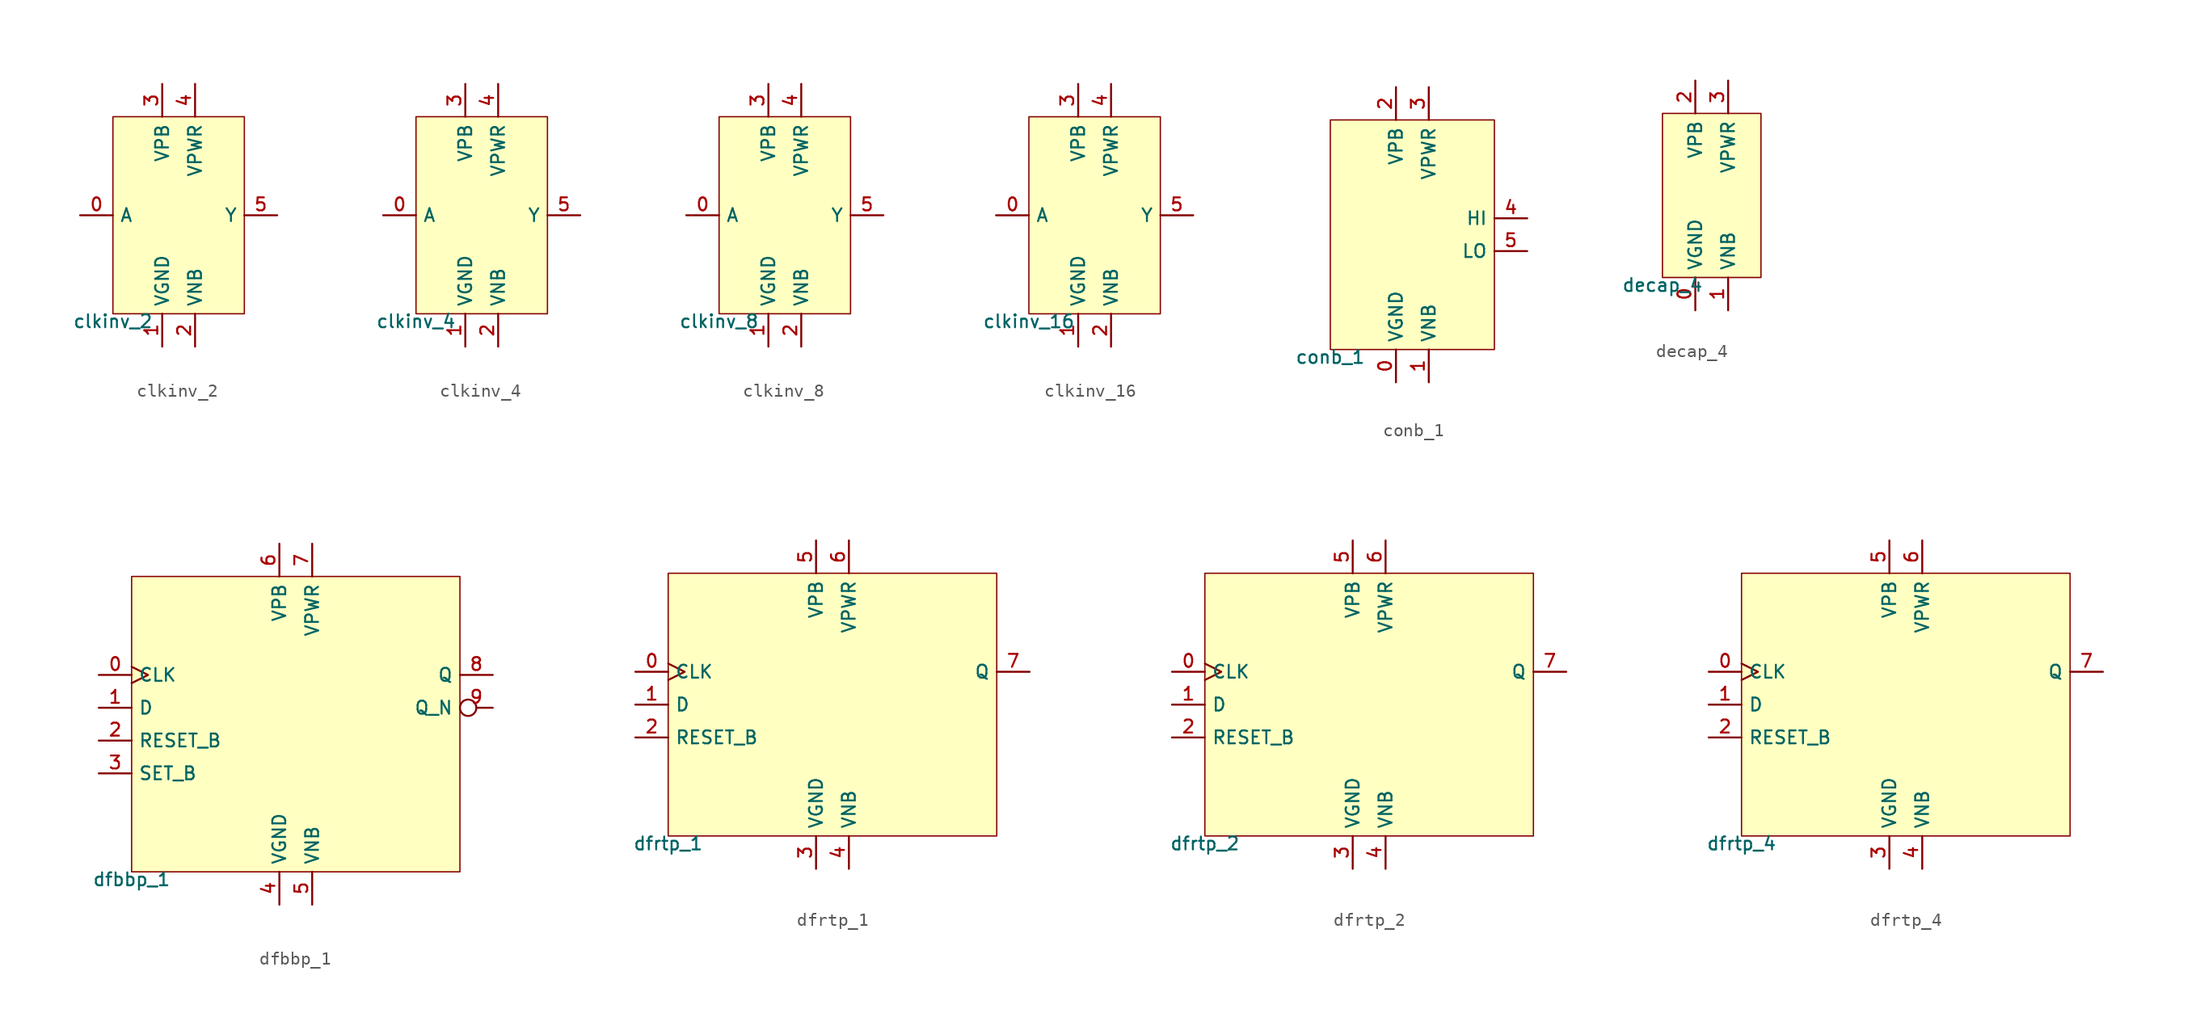
<source format=kicad_sym>
(kicad_symbol_lib
  (version 20211014)
  (generator lef2kicad_sym)
  (symbol "clkinv_2"
    (property "Reference" "CELL"
      (at 0 0 0)
      (effects (font (size 1 1)) hide))
    (property "Value" "clkinv_2"
      (at -5.08 -7.62 0)
      (effects (font (size 1 1)) (justify top)))
    (rectangle
      (start -5.08 -7.62)
      (end 5.08 7.62)
      (stroke (width 0.1) (type solid) (color 0 0 0 0))
      (fill (type background)))
    (pin input line
      (at -7.62 0.0 0)
      (length 2.54)
      (name "A" (effects (font (size 1 1)) hide))
      (number "0" (effects (font (size 1 1)) hide)))
    (pin power_in line
      (at -1.27 -10.16 90)
      (length 2.54)
      (name "VGND" (effects (font (size 1 1)) hide))
      (number "1" (effects (font (size 1 1)) hide)))
    (pin power_in line
      (at 1.27 -10.16 90)
      (length 2.54)
      (name "VNB" (effects (font (size 1 1)) hide))
      (number "2" (effects (font (size 1 1)) hide)))
    (pin power_in line
      (at -1.27 10.16 270)
      (length 2.54)
      (name "VPB" (effects (font (size 1 1)) hide))
      (number "3" (effects (font (size 1 1)) hide)))
    (pin power_in line
      (at 1.27 10.16 270)
      (length 2.54)
      (name "VPWR" (effects (font (size 1 1)) hide))
      (number "4" (effects (font (size 1 1)) hide)))
    (pin output line
      (at 7.62 0.0 180)
      (length 2.54)
      (name "Y" (effects (font (size 1 1)) hide))
      (number "5" (effects (font (size 1 1)) hide))))
  (symbol "clkinv_4"
    (property "Reference" "CELL"
      (at 0 0 0)
      (effects (font (size 1 1)) hide))
    (property "Value" "clkinv_4"
      (at -5.08 -7.62 0)
      (effects (font (size 1 1)) (justify top)))
    (rectangle
      (start -5.08 -7.62)
      (end 5.08 7.62)
      (stroke (width 0.1) (type solid) (color 0 0 0 0))
      (fill (type background)))
    (pin input line
      (at -7.62 0.0 0)
      (length 2.54)
      (name "A" (effects (font (size 1 1)) hide))
      (number "0" (effects (font (size 1 1)) hide)))
    (pin power_in line
      (at -1.27 -10.16 90)
      (length 2.54)
      (name "VGND" (effects (font (size 1 1)) hide))
      (number "1" (effects (font (size 1 1)) hide)))
    (pin power_in line
      (at 1.27 -10.16 90)
      (length 2.54)
      (name "VNB" (effects (font (size 1 1)) hide))
      (number "2" (effects (font (size 1 1)) hide)))
    (pin power_in line
      (at -1.27 10.16 270)
      (length 2.54)
      (name "VPB" (effects (font (size 1 1)) hide))
      (number "3" (effects (font (size 1 1)) hide)))
    (pin power_in line
      (at 1.27 10.16 270)
      (length 2.54)
      (name "VPWR" (effects (font (size 1 1)) hide))
      (number "4" (effects (font (size 1 1)) hide)))
    (pin output line
      (at 7.62 0.0 180)
      (length 2.54)
      (name "Y" (effects (font (size 1 1)) hide))
      (number "5" (effects (font (size 1 1)) hide))))
  (symbol "clkinv_8"
    (property "Reference" "CELL"
      (at 0 0 0)
      (effects (font (size 1 1)) hide))
    (property "Value" "clkinv_8"
      (at -5.08 -7.62 0)
      (effects (font (size 1 1)) (justify top)))
    (rectangle
      (start -5.08 -7.62)
      (end 5.08 7.62)
      (stroke (width 0.1) (type solid) (color 0 0 0 0))
      (fill (type background)))
    (pin input line
      (at -7.62 0.0 0)
      (length 2.54)
      (name "A" (effects (font (size 1 1)) hide))
      (number "0" (effects (font (size 1 1)) hide)))
    (pin power_in line
      (at -1.27 -10.16 90)
      (length 2.54)
      (name "VGND" (effects (font (size 1 1)) hide))
      (number "1" (effects (font (size 1 1)) hide)))
    (pin power_in line
      (at 1.27 -10.16 90)
      (length 2.54)
      (name "VNB" (effects (font (size 1 1)) hide))
      (number "2" (effects (font (size 1 1)) hide)))
    (pin power_in line
      (at -1.27 10.16 270)
      (length 2.54)
      (name "VPB" (effects (font (size 1 1)) hide))
      (number "3" (effects (font (size 1 1)) hide)))
    (pin power_in line
      (at 1.27 10.16 270)
      (length 2.54)
      (name "VPWR" (effects (font (size 1 1)) hide))
      (number "4" (effects (font (size 1 1)) hide)))
    (pin output line
      (at 7.62 0.0 180)
      (length 2.54)
      (name "Y" (effects (font (size 1 1)) hide))
      (number "5" (effects (font (size 1 1)) hide))))
  (symbol "clkinv_16"
    (property "Reference" "CELL"
      (at 0 0 0)
      (effects (font (size 1 1)) hide))
    (property "Value" "clkinv_16"
      (at -5.08 -7.62 0)
      (effects (font (size 1 1)) (justify top)))
    (rectangle
      (start -5.08 -7.62)
      (end 5.08 7.62)
      (stroke (width 0.1) (type solid) (color 0 0 0 0))
      (fill (type background)))
    (pin input line
      (at -7.62 0.0 0)
      (length 2.54)
      (name "A" (effects (font (size 1 1)) hide))
      (number "0" (effects (font (size 1 1)) hide)))
    (pin power_in line
      (at -1.27 -10.16 90)
      (length 2.54)
      (name "VGND" (effects (font (size 1 1)) hide))
      (number "1" (effects (font (size 1 1)) hide)))
    (pin power_in line
      (at 1.27 -10.16 90)
      (length 2.54)
      (name "VNB" (effects (font (size 1 1)) hide))
      (number "2" (effects (font (size 1 1)) hide)))
    (pin power_in line
      (at -1.27 10.16 270)
      (length 2.54)
      (name "VPB" (effects (font (size 1 1)) hide))
      (number "3" (effects (font (size 1 1)) hide)))
    (pin power_in line
      (at 1.27 10.16 270)
      (length 2.54)
      (name "VPWR" (effects (font (size 1 1)) hide))
      (number "4" (effects (font (size 1 1)) hide)))
    (pin output line
      (at 7.62 0.0 180)
      (length 2.54)
      (name "Y" (effects (font (size 1 1)) hide))
      (number "5" (effects (font (size 1 1)) hide))))
  (symbol "conb_1"
    (property "Reference" "CELL"
      (at 0 0 0)
      (effects (font (size 1 1)) hide))
    (property "Value" "conb_1"
      (at -6.35 -8.89 0)
      (effects (font (size 1 1)) (justify top)))
    (rectangle
      (start -6.35 -8.89)
      (end 6.35 8.89)
      (stroke (width 0.1) (type solid) (color 0 0 0 0))
      (fill (type background)))
    (pin power_in line
      (at -1.27 -11.43 90)
      (length 2.54)
      (name "VGND" (effects (font (size 1 1)) hide))
      (number "0" (effects (font (size 1 1)) hide)))
    (pin power_in line
      (at 1.27 -11.43 90)
      (length 2.54)
      (name "VNB" (effects (font (size 1 1)) hide))
      (number "1" (effects (font (size 1 1)) hide)))
    (pin power_in line
      (at -1.27 11.43 270)
      (length 2.54)
      (name "VPB" (effects (font (size 1 1)) hide))
      (number "2" (effects (font (size 1 1)) hide)))
    (pin power_in line
      (at 1.27 11.43 270)
      (length 2.54)
      (name "VPWR" (effects (font (size 1 1)) hide))
      (number "3" (effects (font (size 1 1)) hide)))
    (pin output line
      (at 8.89 1.27 180)
      (length 2.54)
      (name "HI" (effects (font (size 1 1)) hide))
      (number "4" (effects (font (size 1 1)) hide)))
    (pin output line
      (at 8.89 -1.27 180)
      (length 2.54)
      (name "LO" (effects (font (size 1 1)) hide))
      (number "5" (effects (font (size 1 1)) hide))))
  (symbol "decap_4"
    (property "Reference" "CELL"
      (at 0 0 0)
      (effects (font (size 1 1)) hide))
    (property "Value" "decap_4"
      (at -3.81 -6.35 0)
      (effects (font (size 1 1)) (justify top)))
    (rectangle
      (start -3.81 -6.35)
      (end 3.81 6.35)
      (stroke (width 0.1) (type solid) (color 0 0 0 0))
      (fill (type background)))
    (pin power_in line
      (at -1.27 -8.89 90)
      (length 2.54)
      (name "VGND" (effects (font (size 1 1)) hide))
      (number "0" (effects (font (size 1 1)) hide)))
    (pin power_in line
      (at 1.27 -8.89 90)
      (length 2.54)
      (name "VNB" (effects (font (size 1 1)) hide))
      (number "1" (effects (font (size 1 1)) hide)))
    (pin power_in line
      (at -1.27 8.89 270)
      (length 2.54)
      (name "VPB" (effects (font (size 1 1)) hide))
      (number "2" (effects (font (size 1 1)) hide)))
    (pin power_in line
      (at 1.27 8.89 270)
      (length 2.54)
      (name "VPWR" (effects (font (size 1 1)) hide))
      (number "3" (effects (font (size 1 1)) hide))))
  (symbol "dfbbp_1"
    (property "Reference" "CELL"
      (at 0 0 0)
      (effects (font (size 1 1)) hide))
    (property "Value" "dfbbp_1"
      (at -12.7 -11.43 0)
      (effects (font (size 1 1)) (justify top)))
    (rectangle
      (start -12.7 -11.43)
      (end 12.7 11.43)
      (stroke (width 0.1) (type solid) (color 0 0 0 0))
      (fill (type background)))
    (pin input clock
      (at -15.24 3.81 0)
      (length 2.54)
      (name "CLK" (effects (font (size 1 1)) hide))
      (number "0" (effects (font (size 1 1)) hide)))
    (pin input line
      (at -15.24 1.27 0)
      (length 2.54)
      (name "D" (effects (font (size 1 1)) hide))
      (number "1" (effects (font (size 1 1)) hide)))
    (pin input line
      (at -15.24 -1.27 0)
      (length 2.54)
      (name "RESET_B" (effects (font (size 1 1)) hide))
      (number "2" (effects (font (size 1 1)) hide)))
    (pin input line
      (at -15.24 -3.81 0)
      (length 2.54)
      (name "SET_B" (effects (font (size 1 1)) hide))
      (number "3" (effects (font (size 1 1)) hide)))
    (pin power_in line
      (at -1.27 -13.97 90)
      (length 2.54)
      (name "VGND" (effects (font (size 1 1)) hide))
      (number "4" (effects (font (size 1 1)) hide)))
    (pin power_in line
      (at 1.27 -13.97 90)
      (length 2.54)
      (name "VNB" (effects (font (size 1 1)) hide))
      (number "5" (effects (font (size 1 1)) hide)))
    (pin power_in line
      (at -1.27 13.97 270)
      (length 2.54)
      (name "VPB" (effects (font (size 1 1)) hide))
      (number "6" (effects (font (size 1 1)) hide)))
    (pin power_in line
      (at 1.27 13.97 270)
      (length 2.54)
      (name "VPWR" (effects (font (size 1 1)) hide))
      (number "7" (effects (font (size 1 1)) hide)))
    (pin output line
      (at 15.24 3.81 180)
      (length 2.54)
      (name "Q" (effects (font (size 1 1)) hide))
      (number "8" (effects (font (size 1 1)) hide)))
    (pin output inverted
      (at 15.24 1.27 180)
      (length 2.54)
      (name "Q_N" (effects (font (size 1 1)) hide))
      (number "9" (effects (font (size 1 1)) hide))))
  (symbol "dfrtp_1"
    (property "Reference" "CELL"
      (at 0 0 0)
      (effects (font (size 1 1)) hide))
    (property "Value" "dfrtp_1"
      (at -12.7 -10.16 0)
      (effects (font (size 1 1)) (justify top)))
    (rectangle
      (start -12.7 -10.16)
      (end 12.7 10.16)
      (stroke (width 0.1) (type solid) (color 0 0 0 0))
      (fill (type background)))
    (pin input clock
      (at -15.24 2.54 0)
      (length 2.54)
      (name "CLK" (effects (font (size 1 1)) hide))
      (number "0" (effects (font (size 1 1)) hide)))
    (pin input line
      (at -15.24 0.0 0)
      (length 2.54)
      (name "D" (effects (font (size 1 1)) hide))
      (number "1" (effects (font (size 1 1)) hide)))
    (pin input line
      (at -15.24 -2.54 0)
      (length 2.54)
      (name "RESET_B" (effects (font (size 1 1)) hide))
      (number "2" (effects (font (size 1 1)) hide)))
    (pin power_in line
      (at -1.27 -12.7 90)
      (length 2.54)
      (name "VGND" (effects (font (size 1 1)) hide))
      (number "3" (effects (font (size 1 1)) hide)))
    (pin power_in line
      (at 1.27 -12.7 90)
      (length 2.54)
      (name "VNB" (effects (font (size 1 1)) hide))
      (number "4" (effects (font (size 1 1)) hide)))
    (pin power_in line
      (at -1.27 12.7 270)
      (length 2.54)
      (name "VPB" (effects (font (size 1 1)) hide))
      (number "5" (effects (font (size 1 1)) hide)))
    (pin power_in line
      (at 1.27 12.7 270)
      (length 2.54)
      (name "VPWR" (effects (font (size 1 1)) hide))
      (number "6" (effects (font (size 1 1)) hide)))
    (pin output line
      (at 15.24 2.54 180)
      (length 2.54)
      (name "Q" (effects (font (size 1 1)) hide))
      (number "7" (effects (font (size 1 1)) hide))))
  (symbol "dfrtp_2"
    (property "Reference" "CELL"
      (at 0 0 0)
      (effects (font (size 1 1)) hide))
    (property "Value" "dfrtp_2"
      (at -12.7 -10.16 0)
      (effects (font (size 1 1)) (justify top)))
    (rectangle
      (start -12.7 -10.16)
      (end 12.7 10.16)
      (stroke (width 0.1) (type solid) (color 0 0 0 0))
      (fill (type background)))
    (pin input clock
      (at -15.24 2.54 0)
      (length 2.54)
      (name "CLK" (effects (font (size 1 1)) hide))
      (number "0" (effects (font (size 1 1)) hide)))
    (pin input line
      (at -15.24 0.0 0)
      (length 2.54)
      (name "D" (effects (font (size 1 1)) hide))
      (number "1" (effects (font (size 1 1)) hide)))
    (pin input line
      (at -15.24 -2.54 0)
      (length 2.54)
      (name "RESET_B" (effects (font (size 1 1)) hide))
      (number "2" (effects (font (size 1 1)) hide)))
    (pin power_in line
      (at -1.27 -12.7 90)
      (length 2.54)
      (name "VGND" (effects (font (size 1 1)) hide))
      (number "3" (effects (font (size 1 1)) hide)))
    (pin power_in line
      (at 1.27 -12.7 90)
      (length 2.54)
      (name "VNB" (effects (font (size 1 1)) hide))
      (number "4" (effects (font (size 1 1)) hide)))
    (pin power_in line
      (at -1.27 12.7 270)
      (length 2.54)
      (name "VPB" (effects (font (size 1 1)) hide))
      (number "5" (effects (font (size 1 1)) hide)))
    (pin power_in line
      (at 1.27 12.7 270)
      (length 2.54)
      (name "VPWR" (effects (font (size 1 1)) hide))
      (number "6" (effects (font (size 1 1)) hide)))
    (pin output line
      (at 15.24 2.54 180)
      (length 2.54)
      (name "Q" (effects (font (size 1 1)) hide))
      (number "7" (effects (font (size 1 1)) hide))))
  (symbol "dfrtp_4"
    (property "Reference" "CELL"
      (at 0 0 0)
      (effects (font (size 1 1)) hide))
    (property "Value" "dfrtp_4"
      (at -12.7 -10.16 0)
      (effects (font (size 1 1)) (justify top)))
    (rectangle
      (start -12.7 -10.16)
      (end 12.7 10.16)
      (stroke (width 0.1) (type solid) (color 0 0 0 0))
      (fill (type background)))
    (pin input clock
      (at -15.24 2.54 0)
      (length 2.54)
      (name "CLK" (effects (font (size 1 1)) hide))
      (number "0" (effects (font (size 1 1)) hide)))
    (pin input line
      (at -15.24 0.0 0)
      (length 2.54)
      (name "D" (effects (font (size 1 1)) hide))
      (number "1" (effects (font (size 1 1)) hide)))
    (pin input line
      (at -15.24 -2.54 0)
      (length 2.54)
      (name "RESET_B" (effects (font (size 1 1)) hide))
      (number "2" (effects (font (size 1 1)) hide)))
    (pin power_in line
      (at -1.27 -12.7 90)
      (length 2.54)
      (name "VGND" (effects (font (size 1 1)) hide))
      (number "3" (effects (font (size 1 1)) hide)))
    (pin power_in line
      (at 1.27 -12.7 90)
      (length 2.54)
      (name "VNB" (effects (font (size 1 1)) hide))
      (number "4" (effects (font (size 1 1)) hide)))
    (pin power_in line
      (at -1.27 12.7 270)
      (length 2.54)
      (name "VPB" (effects (font (size 1 1)) hide))
      (number "5" (effects (font (size 1 1)) hide)))
    (pin power_in line
      (at 1.27 12.7 270)
      (length 2.54)
      (name "VPWR" (effects (font (size 1 1)) hide))
      (number "6" (effects (font (size 1 1)) hide)))
    (pin output line
      (at 15.24 2.54 180)
      (length 2.54)
      (name "Q" (effects (font (size 1 1)) hide))
      (number "7" (effects (font (size 1 1)) hide)))))
</source>
